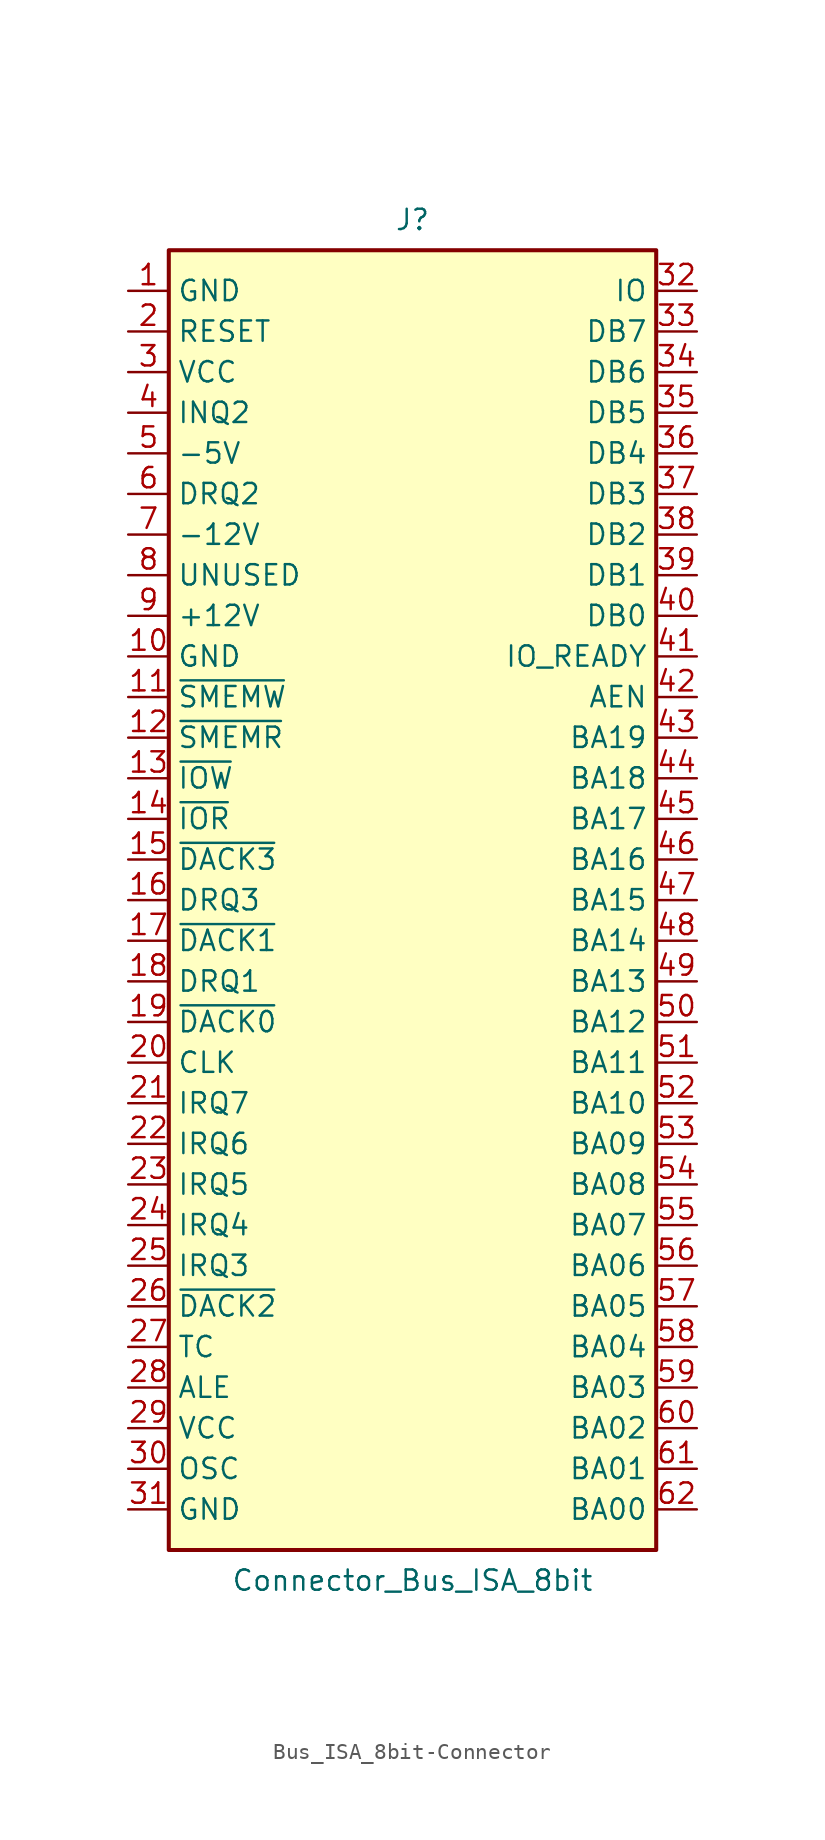
<source format=kicad_sym>
(kicad_symbol_lib
  (version 20231120)
  (generator "kicad_symbol_editor")
  (generator_version "8.0")
  (symbol "Bus_ISA_8bit-Connector"
    (property "Reference" "J"
      (at 0 42.545 0)
      (effects (font (size 1.27 1.27))))
    (property "Value" "Connector_Bus_ISA_8bit"
      (at 0 -42.545 0)
      (effects (font (size 1.27 1.27))))
    (symbol "Bus_ISA_8bit-Connector_0_1"
      (rectangle (start -15.24 -40.64) (end 15.24 40.64) (stroke (width 0.254) (type solid)) (fill (type background))))
    (symbol "Bus_ISA_8bit-Connector_1_1"
      (pin power_in line (at -17.78 38.1 0) (length 2.54) (name "GND" (effects (font (size 1.27 1.27)))) (number "1" (effects (font (size 1.27 1.27)))))
      (pin power_in line (at -17.78 15.24 0) (length 2.54) (name "GND" (effects (font (size 1.27 1.27)))) (number "10" (effects (font (size 1.27 1.27)))))
      (pin output line (at -17.78 12.7 0) (length 2.54) (name "~{SMEMW}" (effects (font (size 1.27 1.27)))) (number "11" (effects (font (size 1.27 1.27)))))
      (pin output line (at -17.78 10.16 0) (length 2.54) (name "~{SMEMR}" (effects (font (size 1.27 1.27)))) (number "12" (effects (font (size 1.27 1.27)))))
      (pin output line (at -17.78 7.62 0) (length 2.54) (name "~{IOW}" (effects (font (size 1.27 1.27)))) (number "13" (effects (font (size 1.27 1.27)))))
      (pin output line (at -17.78 5.08 0) (length 2.54) (name "~{IOR}" (effects (font (size 1.27 1.27)))) (number "14" (effects (font (size 1.27 1.27)))))
      (pin passive line (at -17.78 2.54 0) (length 2.54) (name "~{DACK3}" (effects (font (size 1.27 1.27)))) (number "15" (effects (font (size 1.27 1.27)))))
      (pin passive line (at -17.78 0 0) (length 2.54) (name "DRQ3" (effects (font (size 1.27 1.27)))) (number "16" (effects (font (size 1.27 1.27)))))
      (pin passive line (at -17.78 -2.54 0) (length 2.54) (name "~{DACK1}" (effects (font (size 1.27 1.27)))) (number "17" (effects (font (size 1.27 1.27)))))
      (pin passive line (at -17.78 -5.08 0) (length 2.54) (name "DRQ1" (effects (font (size 1.27 1.27)))) (number "18" (effects (font (size 1.27 1.27)))))
      (pin passive line (at -17.78 -7.62 0) (length 2.54) (name "~{DACK0}" (effects (font (size 1.27 1.27)))) (number "19" (effects (font (size 1.27 1.27)))))
      (pin output line (at -17.78 35.56 0) (length 2.54) (name "RESET" (effects (font (size 1.27 1.27)))) (number "2" (effects (font (size 1.27 1.27)))))
      (pin output line (at -17.78 -10.16 0) (length 2.54) (name "CLK" (effects (font (size 1.27 1.27)))) (number "20" (effects (font (size 1.27 1.27)))))
      (pin passive line (at -17.78 -12.7 0) (length 2.54) (name "IRQ7" (effects (font (size 1.27 1.27)))) (number "21" (effects (font (size 1.27 1.27)))))
      (pin passive line (at -17.78 -15.24 0) (length 2.54) (name "IRQ6" (effects (font (size 1.27 1.27)))) (number "22" (effects (font (size 1.27 1.27)))))
      (pin passive line (at -17.78 -17.78 0) (length 2.54) (name "IRQ5" (effects (font (size 1.27 1.27)))) (number "23" (effects (font (size 1.27 1.27)))))
      (pin passive line (at -17.78 -20.32 0) (length 2.54) (name "IRQ4" (effects (font (size 1.27 1.27)))) (number "24" (effects (font (size 1.27 1.27)))))
      (pin passive line (at -17.78 -22.86 0) (length 2.54) (name "IRQ3" (effects (font (size 1.27 1.27)))) (number "25" (effects (font (size 1.27 1.27)))))
      (pin passive line (at -17.78 -25.4 0) (length 2.54) (name "~{DACK2}" (effects (font (size 1.27 1.27)))) (number "26" (effects (font (size 1.27 1.27)))))
      (pin passive line (at -17.78 -27.94 0) (length 2.54) (name "TC" (effects (font (size 1.27 1.27)))) (number "27" (effects (font (size 1.27 1.27)))))
      (pin output line (at -17.78 -30.48 0) (length 2.54) (name "ALE" (effects (font (size 1.27 1.27)))) (number "28" (effects (font (size 1.27 1.27)))))
      (pin power_in line (at -17.78 -33.02 0) (length 2.54) (name "VCC" (effects (font (size 1.27 1.27)))) (number "29" (effects (font (size 1.27 1.27)))))
      (pin power_in line (at -17.78 33.02 0) (length 2.54) (name "VCC" (effects (font (size 1.27 1.27)))) (number "3" (effects (font (size 1.27 1.27)))))
      (pin output line (at -17.78 -35.56 0) (length 2.54) (name "OSC" (effects (font (size 1.27 1.27)))) (number "30" (effects (font (size 1.27 1.27)))))
      (pin power_in line (at -17.78 -38.1 0) (length 2.54) (name "GND" (effects (font (size 1.27 1.27)))) (number "31" (effects (font (size 1.27 1.27)))))
      (pin passive line (at 17.78 38.1 180) (length 2.54) (name "IO" (effects (font (size 1.27 1.27)))) (number "32" (effects (font (size 1.27 1.27)))))
      (pin tri_state line (at 17.78 35.56 180) (length 2.54) (name "DB7" (effects (font (size 1.27 1.27)))) (number "33" (effects (font (size 1.27 1.27)))))
      (pin tri_state line (at 17.78 33.02 180) (length 2.54) (name "DB6" (effects (font (size 1.27 1.27)))) (number "34" (effects (font (size 1.27 1.27)))))
      (pin tri_state line (at 17.78 30.48 180) (length 2.54) (name "DB5" (effects (font (size 1.27 1.27)))) (number "35" (effects (font (size 1.27 1.27)))))
      (pin tri_state line (at 17.78 27.94 180) (length 2.54) (name "DB4" (effects (font (size 1.27 1.27)))) (number "36" (effects (font (size 1.27 1.27)))))
      (pin tri_state line (at 17.78 25.4 180) (length 2.54) (name "DB3" (effects (font (size 1.27 1.27)))) (number "37" (effects (font (size 1.27 1.27)))))
      (pin tri_state line (at 17.78 22.86 180) (length 2.54) (name "DB2" (effects (font (size 1.27 1.27)))) (number "38" (effects (font (size 1.27 1.27)))))
      (pin tri_state line (at 17.78 20.32 180) (length 2.54) (name "DB1" (effects (font (size 1.27 1.27)))) (number "39" (effects (font (size 1.27 1.27)))))
      (pin passive line (at -17.78 30.48 0) (length 2.54) (name "INQ2" (effects (font (size 1.27 1.27)))) (number "4" (effects (font (size 1.27 1.27)))))
      (pin tri_state line (at 17.78 17.78 180) (length 2.54) (name "DB0" (effects (font (size 1.27 1.27)))) (number "40" (effects (font (size 1.27 1.27)))))
      (pin passive line (at 17.78 15.24 180) (length 2.54) (name "IO_READY" (effects (font (size 1.27 1.27)))) (number "41" (effects (font (size 1.27 1.27)))))
      (pin output line (at 17.78 12.7 180) (length 2.54) (name "AEN" (effects (font (size 1.27 1.27)))) (number "42" (effects (font (size 1.27 1.27)))))
      (pin tri_state line (at 17.78 10.16 180) (length 2.54) (name "BA19" (effects (font (size 1.27 1.27)))) (number "43" (effects (font (size 1.27 1.27)))))
      (pin tri_state line (at 17.78 7.62 180) (length 2.54) (name "BA18" (effects (font (size 1.27 1.27)))) (number "44" (effects (font (size 1.27 1.27)))))
      (pin tri_state line (at 17.78 5.08 180) (length 2.54) (name "BA17" (effects (font (size 1.27 1.27)))) (number "45" (effects (font (size 1.27 1.27)))))
      (pin tri_state line (at 17.78 2.54 180) (length 2.54) (name "BA16" (effects (font (size 1.27 1.27)))) (number "46" (effects (font (size 1.27 1.27)))))
      (pin tri_state line (at 17.78 0 180) (length 2.54) (name "BA15" (effects (font (size 1.27 1.27)))) (number "47" (effects (font (size 1.27 1.27)))))
      (pin tri_state line (at 17.78 -2.54 180) (length 2.54) (name "BA14" (effects (font (size 1.27 1.27)))) (number "48" (effects (font (size 1.27 1.27)))))
      (pin tri_state line (at 17.78 -5.08 180) (length 2.54) (name "BA13" (effects (font (size 1.27 1.27)))) (number "49" (effects (font (size 1.27 1.27)))))
      (pin power_in line (at -17.78 27.94 0) (length 2.54) (name "-5V" (effects (font (size 1.27 1.27)))) (number "5" (effects (font (size 1.27 1.27)))))
      (pin tri_state line (at 17.78 -7.62 180) (length 2.54) (name "BA12" (effects (font (size 1.27 1.27)))) (number "50" (effects (font (size 1.27 1.27)))))
      (pin tri_state line (at 17.78 -10.16 180) (length 2.54) (name "BA11" (effects (font (size 1.27 1.27)))) (number "51" (effects (font (size 1.27 1.27)))))
      (pin tri_state line (at 17.78 -12.7 180) (length 2.54) (name "BA10" (effects (font (size 1.27 1.27)))) (number "52" (effects (font (size 1.27 1.27)))))
      (pin tri_state line (at 17.78 -15.24 180) (length 2.54) (name "BA09" (effects (font (size 1.27 1.27)))) (number "53" (effects (font (size 1.27 1.27)))))
      (pin tri_state line (at 17.78 -17.78 180) (length 2.54) (name "BA08" (effects (font (size 1.27 1.27)))) (number "54" (effects (font (size 1.27 1.27)))))
      (pin tri_state line (at 17.78 -20.32 180) (length 2.54) (name "BA07" (effects (font (size 1.27 1.27)))) (number "55" (effects (font (size 1.27 1.27)))))
      (pin tri_state line (at 17.78 -22.86 180) (length 2.54) (name "BA06" (effects (font (size 1.27 1.27)))) (number "56" (effects (font (size 1.27 1.27)))))
      (pin tri_state line (at 17.78 -25.4 180) (length 2.54) (name "BA05" (effects (font (size 1.27 1.27)))) (number "57" (effects (font (size 1.27 1.27)))))
      (pin tri_state line (at 17.78 -27.94 180) (length 2.54) (name "BA04" (effects (font (size 1.27 1.27)))) (number "58" (effects (font (size 1.27 1.27)))))
      (pin tri_state line (at 17.78 -30.48 180) (length 2.54) (name "BA03" (effects (font (size 1.27 1.27)))) (number "59" (effects (font (size 1.27 1.27)))))
      (pin passive line (at -17.78 25.4 0) (length 2.54) (name "DRQ2" (effects (font (size 1.27 1.27)))) (number "6" (effects (font (size 1.27 1.27)))))
      (pin tri_state line (at 17.78 -33.02 180) (length 2.54) (name "BA02" (effects (font (size 1.27 1.27)))) (number "60" (effects (font (size 1.27 1.27)))))
      (pin tri_state line (at 17.78 -35.56 180) (length 2.54) (name "BA01" (effects (font (size 1.27 1.27)))) (number "61" (effects (font (size 1.27 1.27)))))
      (pin tri_state line (at 17.78 -38.1 180) (length 2.54) (name "BA00" (effects (font (size 1.27 1.27)))) (number "62" (effects (font (size 1.27 1.27)))))
      (pin power_in line (at -17.78 22.86 0) (length 2.54) (name "-12V" (effects (font (size 1.27 1.27)))) (number "7" (effects (font (size 1.27 1.27)))))
      (pin passive line (at -17.78 20.32 0) (length 2.54) (name "UNUSED" (effects (font (size 1.27 1.27)))) (number "8" (effects (font (size 1.27 1.27)))))
      (pin power_in line (at -17.78 17.78 0) (length 2.54) (name "+12V" (effects (font (size 1.27 1.27)))) (number "9" (effects (font (size 1.27 1.27))))))))
</source>
